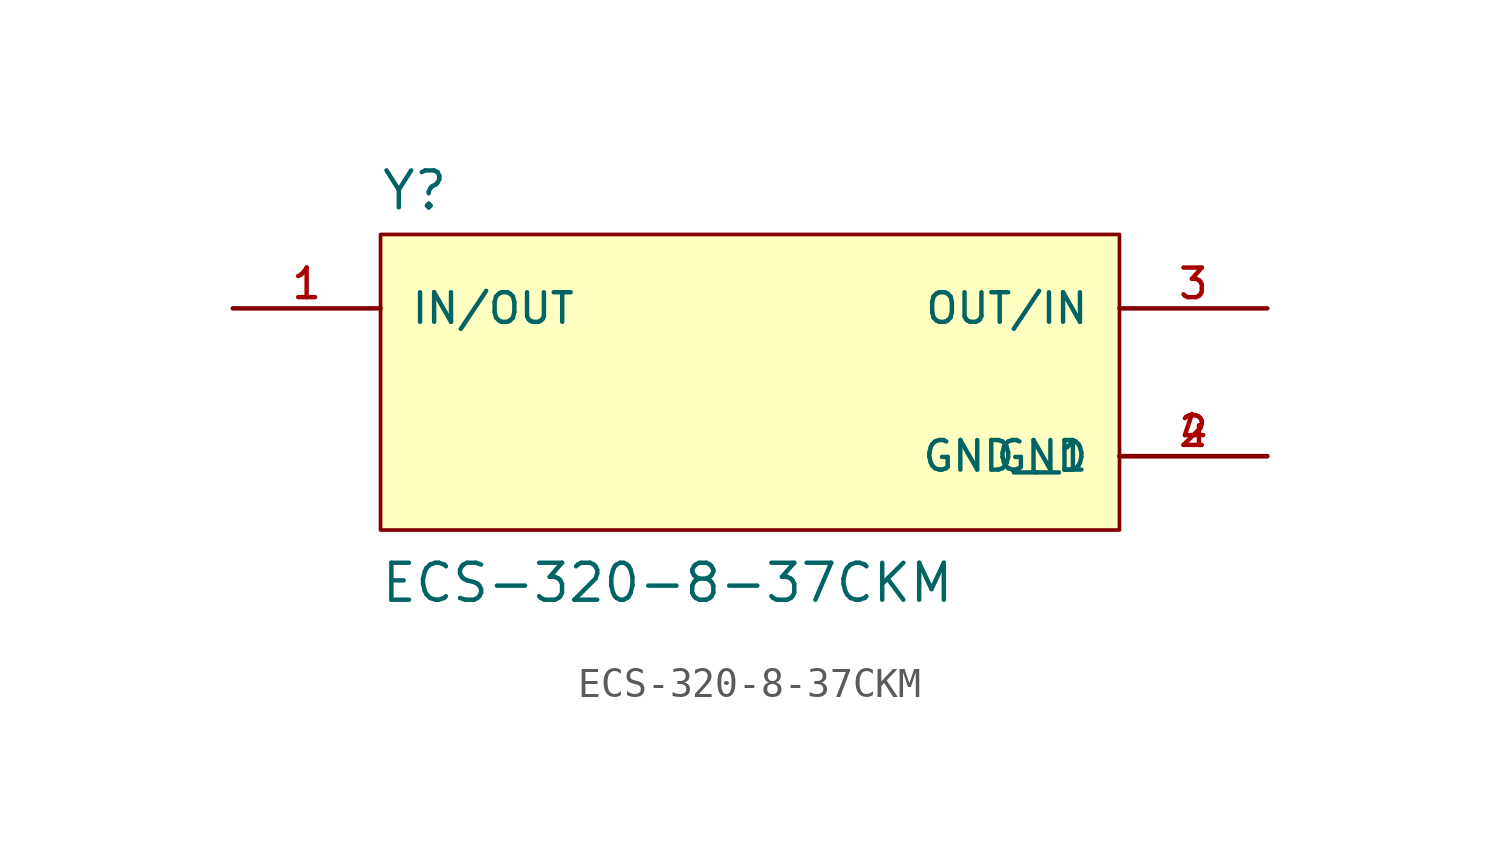
<source format=kicad_sym>
(kicad_symbol_lib
  (version 20211014)
  (generator kicad_symbol_editor)
  (symbol "ECS-320-8-37CKM"
    (pin_names
      (offset 1.016))
    (property "Reference" "Y"
      (at -12.716 5.849 0)
      (effects (font (size 1.27 1.27)) (justify bottom left)))
    (property "Value" "ECS-320-8-37CKM"
      (at -12.73 -7.638 0)
      (effects (font (size 1.27 1.27)) (justify bottom left)))
    (symbol "ECS-320-8-37CKM_0_0"
      (rectangle (start -12.7 -5.08) (end 12.7 5.08) (stroke (width 0.127)) (fill (type background)))
      (pin bidirectional line (at 17.78 2.54 180.0) (length 5.08) (name "OUT/IN" (effects (font (size 1.016 1.016)))) (number "3" (effects (font (size 1.016 1.016)))))
      (pin bidirectional line (at -17.78 2.54 0) (length 5.08) (name "IN/OUT" (effects (font (size 1.016 1.016)))) (number "1" (effects (font (size 1.016 1.016)))))
      (pin power_in line (at 17.78 -2.54 180.0) (length 5.08) (name "GND" (effects (font (size 1.016 1.016)))) (number "2" (effects (font (size 1.016 1.016)))))
      (pin power_in line (at 17.78 -2.54 180.0) (length 5.08) (name "GND__1" (effects (font (size 1.016 1.016)))) (number "4" (effects (font (size 1.016 1.016))))))))
</source>
